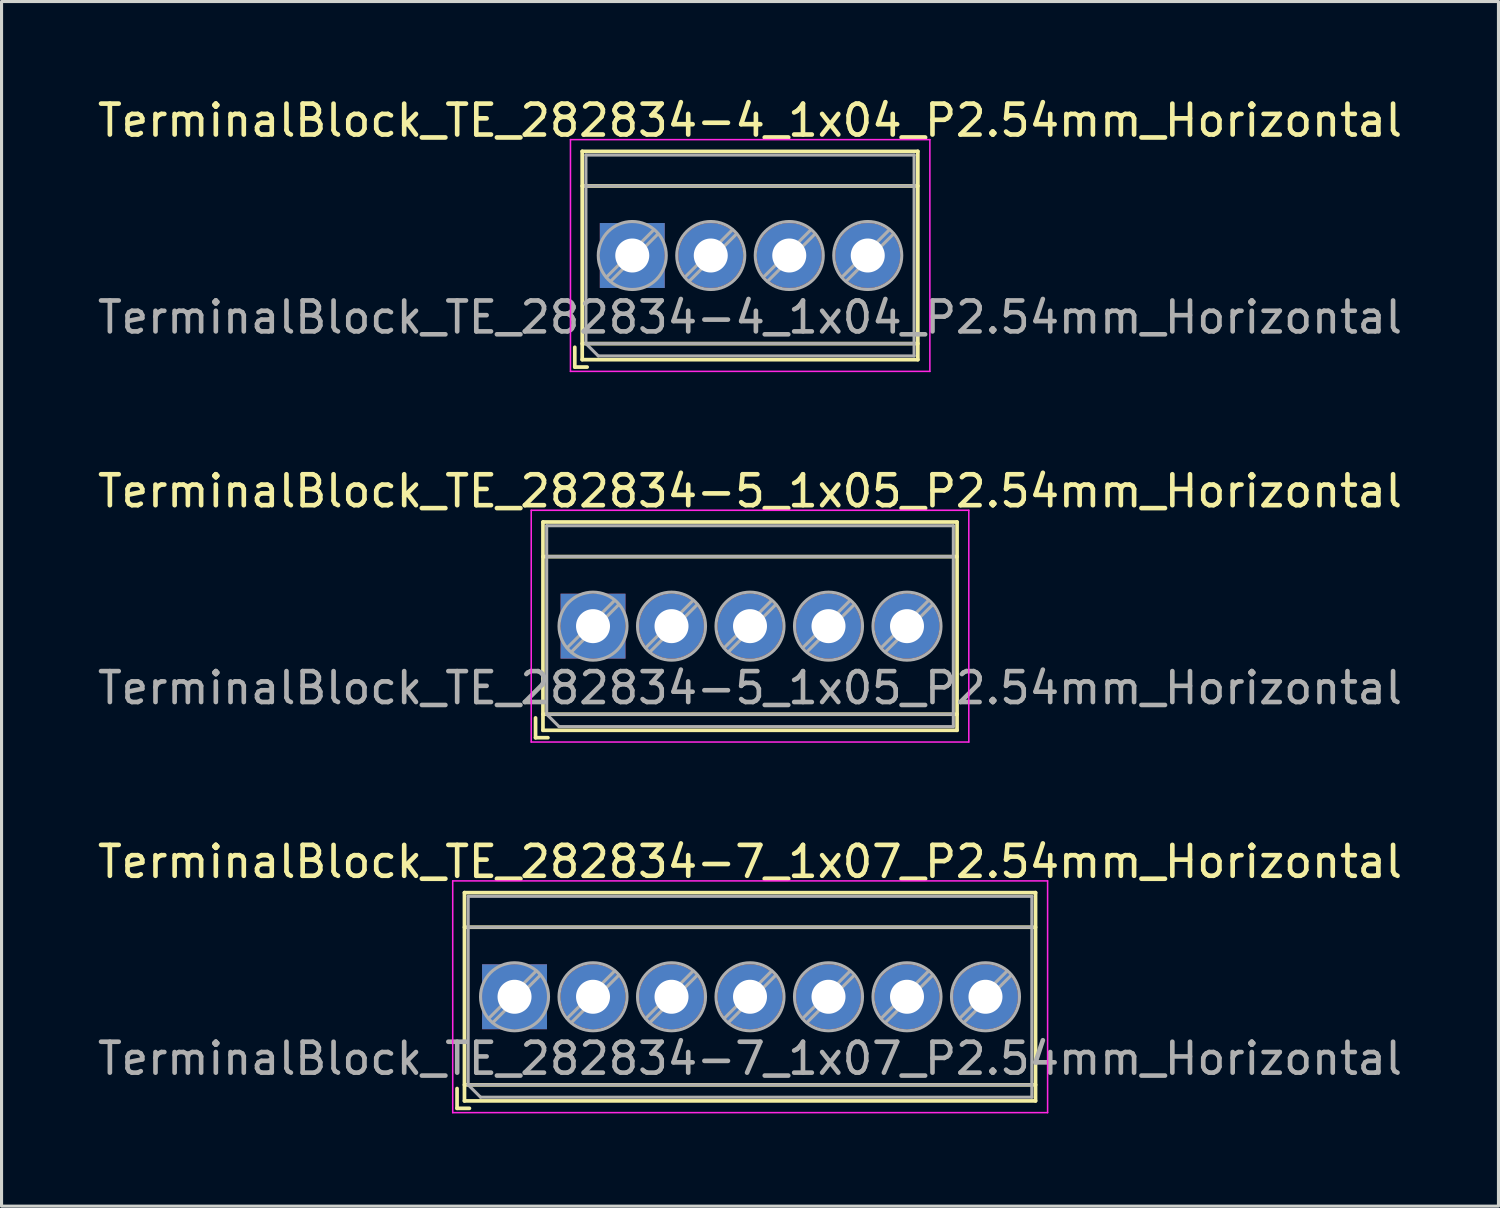
<source format=kicad_pcb>
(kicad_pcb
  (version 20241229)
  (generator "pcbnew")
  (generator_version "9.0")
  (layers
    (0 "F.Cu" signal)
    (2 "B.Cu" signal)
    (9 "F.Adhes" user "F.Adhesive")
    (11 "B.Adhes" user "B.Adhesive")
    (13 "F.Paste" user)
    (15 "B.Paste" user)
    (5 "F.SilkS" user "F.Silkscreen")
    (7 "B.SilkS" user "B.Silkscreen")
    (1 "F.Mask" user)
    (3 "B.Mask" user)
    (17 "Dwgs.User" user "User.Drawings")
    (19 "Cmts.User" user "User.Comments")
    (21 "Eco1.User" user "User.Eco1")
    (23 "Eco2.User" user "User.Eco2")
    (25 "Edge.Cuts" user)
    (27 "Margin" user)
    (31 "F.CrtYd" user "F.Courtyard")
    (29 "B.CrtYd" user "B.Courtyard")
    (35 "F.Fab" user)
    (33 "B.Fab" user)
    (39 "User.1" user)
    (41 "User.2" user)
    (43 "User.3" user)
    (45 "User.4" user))
  (footprint "TerminalBlock_TE_282834-4_1x04_P2.54mm_Horizontal"
    (layer "F.Cu")
    (at 17.41 5.218)
    (property "Reference" "TerminalBlock_TE_282834-4_1x04_P2.54mm_Horizontal" (at 3.81 -4.37 0) (layer "F.SilkS") (effects (font (size 1 1) (thickness 0.15))))
    (attr through_hole)
    (fp_line (start -1.86 2.97) (end -1.86 3.61) (stroke (width 0.12) (type solid)) (layer "F.SilkS"))
    (fp_line (start -1.86 3.61) (end -1.46 3.61) (stroke (width 0.12) (type solid)) (layer "F.SilkS"))
    (fp_line (start -1.62 -3.37) (end -1.62 3.37) (stroke (width 0.12) (type solid)) (layer "F.SilkS"))
    (fp_line (start -1.62 -3.37) (end 9.241 -3.37) (stroke (width 0.12) (type solid)) (layer "F.SilkS"))
    (fp_line (start -1.62 -2.25) (end 9.241 -2.25) (stroke (width 0.12) (type solid)) (layer "F.SilkS"))
    (fp_line (start -1.62 2.85) (end 9.241 2.85) (stroke (width 0.12) (type solid)) (layer "F.SilkS"))
    (fp_line (start -1.62 3.37) (end 9.241 3.37) (stroke (width 0.12) (type solid)) (layer "F.SilkS"))
    (fp_line (start 9.241 -3.37) (end 9.241 3.37) (stroke (width 0.12) (type solid)) (layer "F.SilkS"))
    (fp_line (start -2 -3.75) (end -2 3.75) (stroke (width 0.05) (type solid)) (layer "F.CrtYd"))
    (fp_line (start -2 3.75) (end 9.63 3.75) (stroke (width 0.05) (type solid)) (layer "F.CrtYd"))
    (fp_line (start 9.63 -3.75) (end -2 -3.75) (stroke (width 0.05) (type solid)) (layer "F.CrtYd"))
    (fp_line (start 9.63 3.75) (end 9.63 -3.75) (stroke (width 0.05) (type solid)) (layer "F.CrtYd"))
    (fp_line (start -1.5 -3.25) (end 9.12 -3.25) (stroke (width 0.1) (type solid)) (layer "F.Fab"))
    (fp_line (start -1.5 -2.25) (end 9.12 -2.25) (stroke (width 0.1) (type solid)) (layer "F.Fab"))
    (fp_line (start -1.5 2.85) (end -1.5 -3.25) (stroke (width 0.1) (type solid)) (layer "F.Fab"))
    (fp_line (start -1.5 2.85) (end 9.12 2.85) (stroke (width 0.1) (type solid)) (layer "F.Fab"))
    (fp_line (start -1.1 3.25) (end -1.5 2.85) (stroke (width 0.1) (type solid)) (layer "F.Fab"))
    (fp_line (start 0.701 -0.835) (end -0.835 0.7) (stroke (width 0.1) (type solid)) (layer "F.Fab"))
    (fp_line (start 0.835 -0.7) (end -0.701 0.835) (stroke (width 0.1) (type solid)) (layer "F.Fab"))
    (fp_line (start 3.241 -0.835) (end 1.706 0.7) (stroke (width 0.1) (type solid)) (layer "F.Fab"))
    (fp_line (start 3.375 -0.7) (end 1.84 0.835) (stroke (width 0.1) (type solid)) (layer "F.Fab"))
    (fp_line (start 5.781 -0.835) (end 4.246 0.7) (stroke (width 0.1) (type solid)) (layer "F.Fab"))
    (fp_line (start 5.915 -0.7) (end 4.38 0.835) (stroke (width 0.1) (type solid)) (layer "F.Fab"))
    (fp_line (start 8.321 -0.835) (end 6.786 0.7) (stroke (width 0.1) (type solid)) (layer "F.Fab"))
    (fp_line (start 8.455 -0.7) (end 6.92 0.835) (stroke (width 0.1) (type solid)) (layer "F.Fab"))
    (fp_line (start 9.12 -3.25) (end 9.12 3.25) (stroke (width 0.1) (type solid)) (layer "F.Fab"))
    (fp_line (start 9.12 3.25) (end -1.1 3.25) (stroke (width 0.1) (type solid)) (layer "F.Fab"))
    (fp_circle (center 0 0) (end 1.1 0) (stroke (width 0.1) (type solid)) (fill no) (layer "F.Fab"))
    (fp_circle (center 2.54 0) (end 3.64 0) (stroke (width 0.1) (type solid)) (fill no) (layer "F.Fab"))
    (fp_circle (center 5.08 0) (end 6.18 0) (stroke (width 0.1) (type solid)) (fill no) (layer "F.Fab"))
    (fp_circle (center 7.62 0) (end 8.72 0) (stroke (width 0.1) (type solid)) (fill no) (layer "F.Fab"))
    (fp_text user "${REFERENCE}" (at 3.81 2 0) (layer "F.Fab") (effects (font (size 1 1) (thickness 0.15))))
    (pad "1" thru_hole rect (at 0 0) (size 2.1 2.1) (drill 1.1) (layers "*.Cu" "*.Mask"))
    (pad "2" thru_hole circle (at 2.54 0) (size 2.1 2.1) (drill 1.1) (layers "*.Cu" "*.Mask"))
    (pad "3" thru_hole circle (at 5.08 0) (size 2.1 2.1) (drill 1.1) (layers "*.Cu" "*.Mask"))
    (pad "4" thru_hole circle (at 7.62 0) (size 2.1 2.1) (drill 1.1) (layers "*.Cu" "*.Mask")))
  (footprint "TerminalBlock_TE_282834-7_1x07_P2.54mm_Horizontal"
    (layer "F.Cu")
    (at 13.6 29.205)
    (property "Reference" "TerminalBlock_TE_282834-7_1x07_P2.54mm_Horizontal" (at 7.62 -4.37 0) (layer "F.SilkS") (effects (font (size 1 1) (thickness 0.15))))
    (attr through_hole)
    (fp_line (start -1.86 2.97) (end -1.86 3.61) (stroke (width 0.12) (type solid)) (layer "F.SilkS"))
    (fp_line (start -1.86 3.61) (end -1.46 3.61) (stroke (width 0.12) (type solid)) (layer "F.SilkS"))
    (fp_line (start -1.62 -3.37) (end -1.62 3.37) (stroke (width 0.12) (type solid)) (layer "F.SilkS"))
    (fp_line (start -1.62 -3.37) (end 16.86 -3.37) (stroke (width 0.12) (type solid)) (layer "F.SilkS"))
    (fp_line (start -1.62 -2.25) (end 16.86 -2.25) (stroke (width 0.12) (type solid)) (layer "F.SilkS"))
    (fp_line (start -1.62 2.85) (end 16.86 2.85) (stroke (width 0.12) (type solid)) (layer "F.SilkS"))
    (fp_line (start -1.62 3.37) (end 16.86 3.37) (stroke (width 0.12) (type solid)) (layer "F.SilkS"))
    (fp_line (start 16.86 -3.37) (end 16.86 3.37) (stroke (width 0.12) (type solid)) (layer "F.SilkS"))
    (fp_line (start -2 -3.75) (end -2 3.75) (stroke (width 0.05) (type solid)) (layer "F.CrtYd"))
    (fp_line (start -2 3.75) (end 17.25 3.75) (stroke (width 0.05) (type solid)) (layer "F.CrtYd"))
    (fp_line (start 17.25 -3.75) (end -2 -3.75) (stroke (width 0.05) (type solid)) (layer "F.CrtYd"))
    (fp_line (start 17.25 3.75) (end 17.25 -3.75) (stroke (width 0.05) (type solid)) (layer "F.CrtYd"))
    (fp_line (start -1.5 -3.25) (end 16.74 -3.25) (stroke (width 0.1) (type solid)) (layer "F.Fab"))
    (fp_line (start -1.5 -2.25) (end 16.74 -2.25) (stroke (width 0.1) (type solid)) (layer "F.Fab"))
    (fp_line (start -1.5 2.85) (end -1.5 -3.25) (stroke (width 0.1) (type solid)) (layer "F.Fab"))
    (fp_line (start -1.5 2.85) (end 16.74 2.85) (stroke (width 0.1) (type solid)) (layer "F.Fab"))
    (fp_line (start -1.1 3.25) (end -1.5 2.85) (stroke (width 0.1) (type solid)) (layer "F.Fab"))
    (fp_line (start 0.701 -0.835) (end -0.835 0.7) (stroke (width 0.1) (type solid)) (layer "F.Fab"))
    (fp_line (start 0.835 -0.7) (end -0.701 0.835) (stroke (width 0.1) (type solid)) (layer "F.Fab"))
    (fp_line (start 3.241 -0.835) (end 1.706 0.7) (stroke (width 0.1) (type solid)) (layer "F.Fab"))
    (fp_line (start 3.375 -0.7) (end 1.84 0.835) (stroke (width 0.1) (type solid)) (layer "F.Fab"))
    (fp_line (start 5.781 -0.835) (end 4.246 0.7) (stroke (width 0.1) (type solid)) (layer "F.Fab"))
    (fp_line (start 5.915 -0.7) (end 4.38 0.835) (stroke (width 0.1) (type solid)) (layer "F.Fab"))
    (fp_line (start 8.321 -0.835) (end 6.786 0.7) (stroke (width 0.1) (type solid)) (layer "F.Fab"))
    (fp_line (start 8.455 -0.7) (end 6.92 0.835) (stroke (width 0.1) (type solid)) (layer "F.Fab"))
    (fp_line (start 10.861 -0.835) (end 9.326 0.7) (stroke (width 0.1) (type solid)) (layer "F.Fab"))
    (fp_line (start 10.995 -0.7) (end 9.46 0.835) (stroke (width 0.1) (type solid)) (layer "F.Fab"))
    (fp_line (start 13.401 -0.835) (end 11.866 0.7) (stroke (width 0.1) (type solid)) (layer "F.Fab"))
    (fp_line (start 13.535 -0.7) (end 12 0.835) (stroke (width 0.1) (type solid)) (layer "F.Fab"))
    (fp_line (start 15.941 -0.835) (end 14.406 0.7) (stroke (width 0.1) (type solid)) (layer "F.Fab"))
    (fp_line (start 16.075 -0.7) (end 14.54 0.835) (stroke (width 0.1) (type solid)) (layer "F.Fab"))
    (fp_line (start 16.74 -3.25) (end 16.74 3.25) (stroke (width 0.1) (type solid)) (layer "F.Fab"))
    (fp_line (start 16.74 3.25) (end -1.1 3.25) (stroke (width 0.1) (type solid)) (layer "F.Fab"))
    (fp_circle (center 0 0) (end 1.1 0) (stroke (width 0.1) (type solid)) (fill no) (layer "F.Fab"))
    (fp_circle (center 2.54 0) (end 3.64 0) (stroke (width 0.1) (type solid)) (fill no) (layer "F.Fab"))
    (fp_circle (center 5.08 0) (end 6.18 0) (stroke (width 0.1) (type solid)) (fill no) (layer "F.Fab"))
    (fp_circle (center 7.62 0) (end 8.72 0) (stroke (width 0.1) (type solid)) (fill no) (layer "F.Fab"))
    (fp_circle (center 10.16 0) (end 11.26 0) (stroke (width 0.1) (type solid)) (fill no) (layer "F.Fab"))
    (fp_circle (center 12.7 0) (end 13.8 0) (stroke (width 0.1) (type solid)) (fill no) (layer "F.Fab"))
    (fp_circle (center 15.24 0) (end 16.34 0) (stroke (width 0.1) (type solid)) (fill no) (layer "F.Fab"))
    (fp_text user "${REFERENCE}" (at 7.62 2 0) (layer "F.Fab") (effects (font (size 1 1) (thickness 0.15))))
    (pad "1" thru_hole rect (at 0 0) (size 2.1 2.1) (drill 1.1) (layers "*.Cu" "*.Mask"))
    (pad "2" thru_hole circle (at 2.54 0) (size 2.1 2.1) (drill 1.1) (layers "*.Cu" "*.Mask"))
    (pad "3" thru_hole circle (at 5.08 0) (size 2.1 2.1) (drill 1.1) (layers "*.Cu" "*.Mask"))
    (pad "4" thru_hole circle (at 7.62 0) (size 2.1 2.1) (drill 1.1) (layers "*.Cu" "*.Mask"))
    (pad "5" thru_hole circle (at 10.16 0) (size 2.1 2.1) (drill 1.1) (layers "*.Cu" "*.Mask"))
    (pad "6" thru_hole circle (at 12.7 0) (size 2.1 2.1) (drill 1.1) (layers "*.Cu" "*.Mask"))
    (pad "7" thru_hole circle (at 15.24 0) (size 2.1 2.1) (drill 1.1) (layers "*.Cu" "*.Mask")))
  (footprint "TerminalBlock_TE_282834-5_1x05_P2.54mm_Horizontal"
    (layer "F.Cu")
    (at 16.14 17.212)
    (property "Reference" "TerminalBlock_TE_282834-5_1x05_P2.54mm_Horizontal" (at 5.08 -4.37 0) (layer "F.SilkS") (effects (font (size 1 1) (thickness 0.15))))
    (attr through_hole)
    (fp_line (start -1.86 2.97) (end -1.86 3.61) (stroke (width 0.12) (type solid)) (layer "F.SilkS"))
    (fp_line (start -1.86 3.61) (end -1.46 3.61) (stroke (width 0.12) (type solid)) (layer "F.SilkS"))
    (fp_line (start -1.62 -3.37) (end -1.62 3.37) (stroke (width 0.12) (type solid)) (layer "F.SilkS"))
    (fp_line (start -1.62 -3.37) (end 11.78 -3.37) (stroke (width 0.12) (type solid)) (layer "F.SilkS"))
    (fp_line (start -1.62 -2.25) (end 11.78 -2.25) (stroke (width 0.12) (type solid)) (layer "F.SilkS"))
    (fp_line (start -1.62 2.85) (end 11.78 2.85) (stroke (width 0.12) (type solid)) (layer "F.SilkS"))
    (fp_line (start -1.62 3.37) (end 11.78 3.37) (stroke (width 0.12) (type solid)) (layer "F.SilkS"))
    (fp_line (start 11.78 -3.37) (end 11.78 3.37) (stroke (width 0.12) (type solid)) (layer "F.SilkS"))
    (fp_line (start -2 -3.75) (end -2 3.75) (stroke (width 0.05) (type solid)) (layer "F.CrtYd"))
    (fp_line (start -2 3.75) (end 12.16 3.75) (stroke (width 0.05) (type solid)) (layer "F.CrtYd"))
    (fp_line (start 12.16 -3.75) (end -2 -3.75) (stroke (width 0.05) (type solid)) (layer "F.CrtYd"))
    (fp_line (start 12.16 3.75) (end 12.16 -3.75) (stroke (width 0.05) (type solid)) (layer "F.CrtYd"))
    (fp_line (start -1.5 -3.25) (end 11.66 -3.25) (stroke (width 0.1) (type solid)) (layer "F.Fab"))
    (fp_line (start -1.5 -2.25) (end 11.66 -2.25) (stroke (width 0.1) (type solid)) (layer "F.Fab"))
    (fp_line (start -1.5 2.85) (end -1.5 -3.25) (stroke (width 0.1) (type solid)) (layer "F.Fab"))
    (fp_line (start -1.5 2.85) (end 11.66 2.85) (stroke (width 0.1) (type solid)) (layer "F.Fab"))
    (fp_line (start -1.1 3.25) (end -1.5 2.85) (stroke (width 0.1) (type solid)) (layer "F.Fab"))
    (fp_line (start 0.701 -0.835) (end -0.835 0.7) (stroke (width 0.1) (type solid)) (layer "F.Fab"))
    (fp_line (start 0.835 -0.7) (end -0.701 0.835) (stroke (width 0.1) (type solid)) (layer "F.Fab"))
    (fp_line (start 3.241 -0.835) (end 1.706 0.7) (stroke (width 0.1) (type solid)) (layer "F.Fab"))
    (fp_line (start 3.375 -0.7) (end 1.84 0.835) (stroke (width 0.1) (type solid)) (layer "F.Fab"))
    (fp_line (start 5.781 -0.835) (end 4.246 0.7) (stroke (width 0.1) (type solid)) (layer "F.Fab"))
    (fp_line (start 5.915 -0.7) (end 4.38 0.835) (stroke (width 0.1) (type solid)) (layer "F.Fab"))
    (fp_line (start 8.321 -0.835) (end 6.786 0.7) (stroke (width 0.1) (type solid)) (layer "F.Fab"))
    (fp_line (start 8.455 -0.7) (end 6.92 0.835) (stroke (width 0.1) (type solid)) (layer "F.Fab"))
    (fp_line (start 10.861 -0.835) (end 9.326 0.7) (stroke (width 0.1) (type solid)) (layer "F.Fab"))
    (fp_line (start 10.995 -0.7) (end 9.46 0.835) (stroke (width 0.1) (type solid)) (layer "F.Fab"))
    (fp_line (start 11.66 -3.25) (end 11.66 3.25) (stroke (width 0.1) (type solid)) (layer "F.Fab"))
    (fp_line (start 11.66 3.25) (end -1.1 3.25) (stroke (width 0.1) (type solid)) (layer "F.Fab"))
    (fp_circle (center 0 0) (end 1.1 0) (stroke (width 0.1) (type solid)) (fill no) (layer "F.Fab"))
    (fp_circle (center 2.54 0) (end 3.64 0) (stroke (width 0.1) (type solid)) (fill no) (layer "F.Fab"))
    (fp_circle (center 5.08 0) (end 6.18 0) (stroke (width 0.1) (type solid)) (fill no) (layer "F.Fab"))
    (fp_circle (center 7.62 0) (end 8.72 0) (stroke (width 0.1) (type solid)) (fill no) (layer "F.Fab"))
    (fp_circle (center 10.16 0) (end 11.26 0) (stroke (width 0.1) (type solid)) (fill no) (layer "F.Fab"))
    (fp_text user "${REFERENCE}" (at 5.08 2 0) (layer "F.Fab") (effects (font (size 1 1) (thickness 0.15))))
    (pad "1" thru_hole rect (at 0 0) (size 2.1 2.1) (drill 1.1) (layers "*.Cu" "*.Mask"))
    (pad "2" thru_hole circle (at 2.54 0) (size 2.1 2.1) (drill 1.1) (layers "*.Cu" "*.Mask"))
    (pad "3" thru_hole circle (at 5.08 0) (size 2.1 2.1) (drill 1.1) (layers "*.Cu" "*.Mask"))
    (pad "4" thru_hole circle (at 7.62 0) (size 2.1 2.1) (drill 1.1) (layers "*.Cu" "*.Mask"))
    (pad "5" thru_hole circle (at 10.16 0) (size 2.1 2.1) (drill 1.1) (layers "*.Cu" "*.Mask")))
  (gr_rect
    (start -3 -3)
    (end 45.44 35.98)
    (stroke (width 0.1) (type default))
    (fill no)
    (layer "Edge.Cuts")))
</source>
